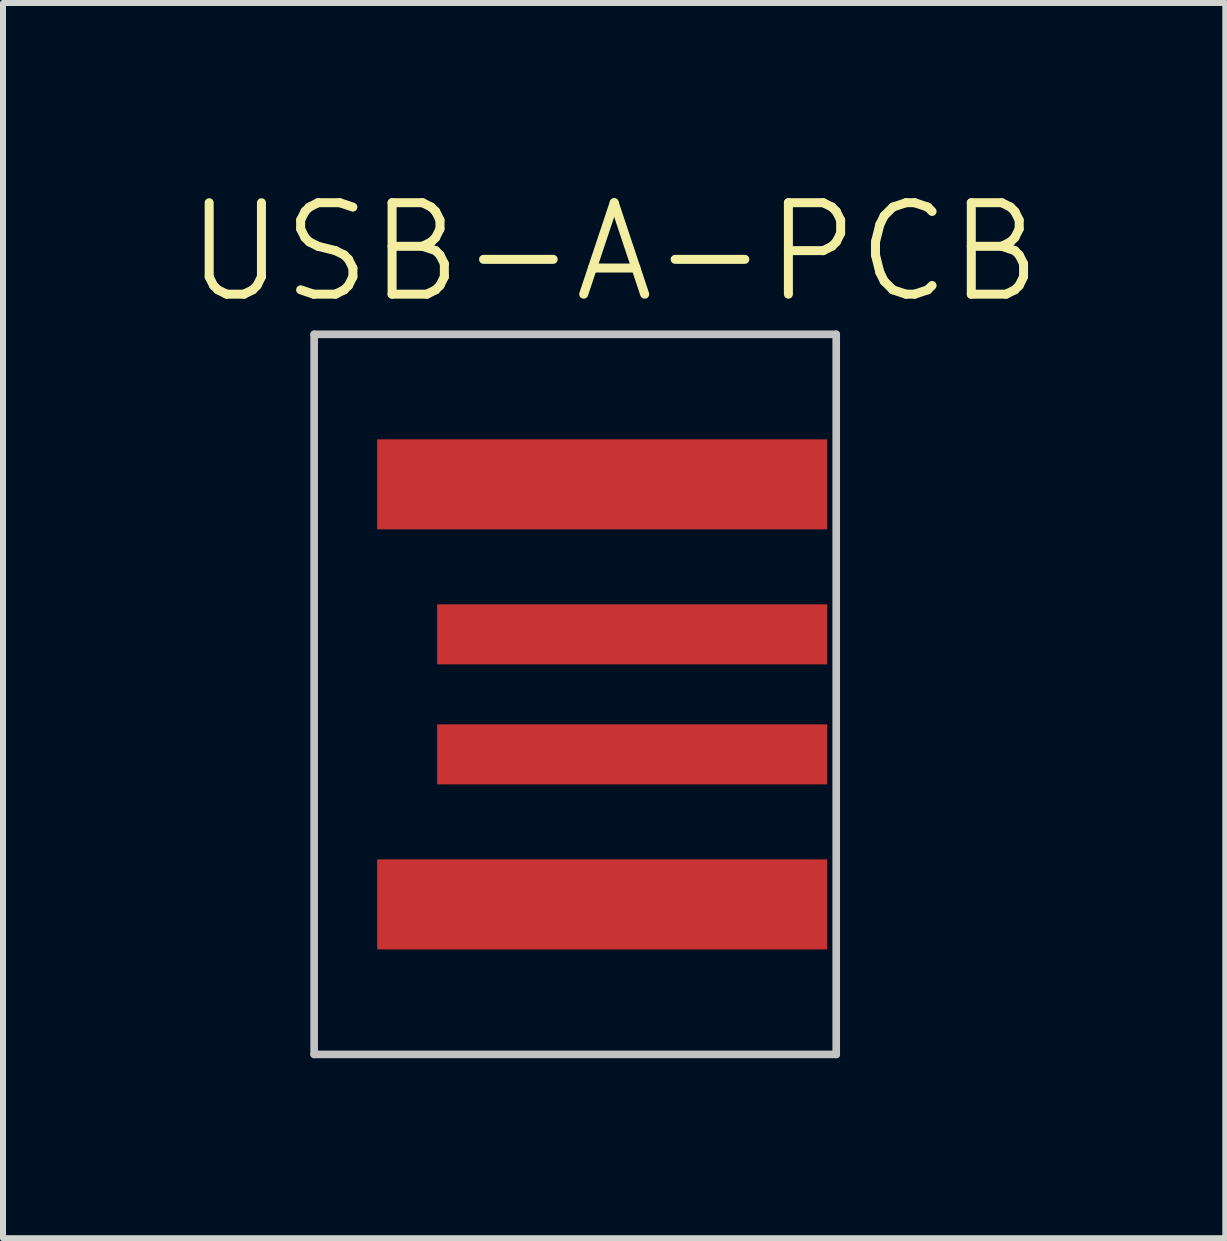
<source format=kicad_pcb>
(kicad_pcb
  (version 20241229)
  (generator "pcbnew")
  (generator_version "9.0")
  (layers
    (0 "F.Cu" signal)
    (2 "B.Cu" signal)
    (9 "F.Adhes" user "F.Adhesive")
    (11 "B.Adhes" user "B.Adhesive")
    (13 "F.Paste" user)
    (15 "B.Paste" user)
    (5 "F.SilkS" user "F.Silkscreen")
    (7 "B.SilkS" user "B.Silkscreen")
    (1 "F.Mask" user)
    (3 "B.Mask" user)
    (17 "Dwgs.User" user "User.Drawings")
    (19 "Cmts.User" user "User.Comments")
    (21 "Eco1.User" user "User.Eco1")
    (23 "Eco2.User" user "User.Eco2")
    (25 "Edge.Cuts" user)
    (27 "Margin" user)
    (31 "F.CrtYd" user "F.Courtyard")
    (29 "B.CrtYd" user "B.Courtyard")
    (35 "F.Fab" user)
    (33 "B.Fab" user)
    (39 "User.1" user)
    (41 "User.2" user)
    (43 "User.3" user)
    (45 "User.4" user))
  (footprint "USB-A-PCB"
    (layer "F.Cu")
    (at 7.185 8.521)
    (property "Reference" "USB-A-PCB" (at 0 -7.366 0) (layer "F.SilkS") (effects (font (size 1.524 1.524) (thickness 0.15))))
    (attr through_hole)
    (fp_line (start -5 -6) (end 3.7 -6) (stroke (width 0.127) (type solid)) (layer "Dwgs.User"))
    (fp_line (start -5 6) (end -5 -6) (stroke (width 0.127) (type solid)) (layer "Dwgs.User"))
    (fp_line (start 3.7 -6) (end 3.7 6) (stroke (width 0.127) (type solid)) (layer "Dwgs.User"))
    (fp_line (start 3.7 6) (end -5 6) (stroke (width 0.127) (type solid)) (layer "Dwgs.User"))
    (pad "1" smd rect (at -0.2 3.5) (size 7.5 1.5) (layers "F.Cu" "F.Mask" "F.Paste"))
    (pad "2" smd rect (at 0.3 1) (size 6.5 1) (layers "F.Cu" "F.Mask" "F.Paste"))
    (pad "3" smd rect (at 0.3 -1) (size 6.5 1) (layers "F.Cu" "F.Mask" "F.Paste"))
    (pad "4" smd rect (at -0.2 -3.5) (size 7.5 1.5) (layers "F.Cu" "F.Mask" "F.Paste")))
  (gr_rect
    (start -3 -3)
    (end 17.369 17.584)
    (stroke (width 0.1) (type default))
    (fill no)
    (layer "Edge.Cuts")))
</source>
